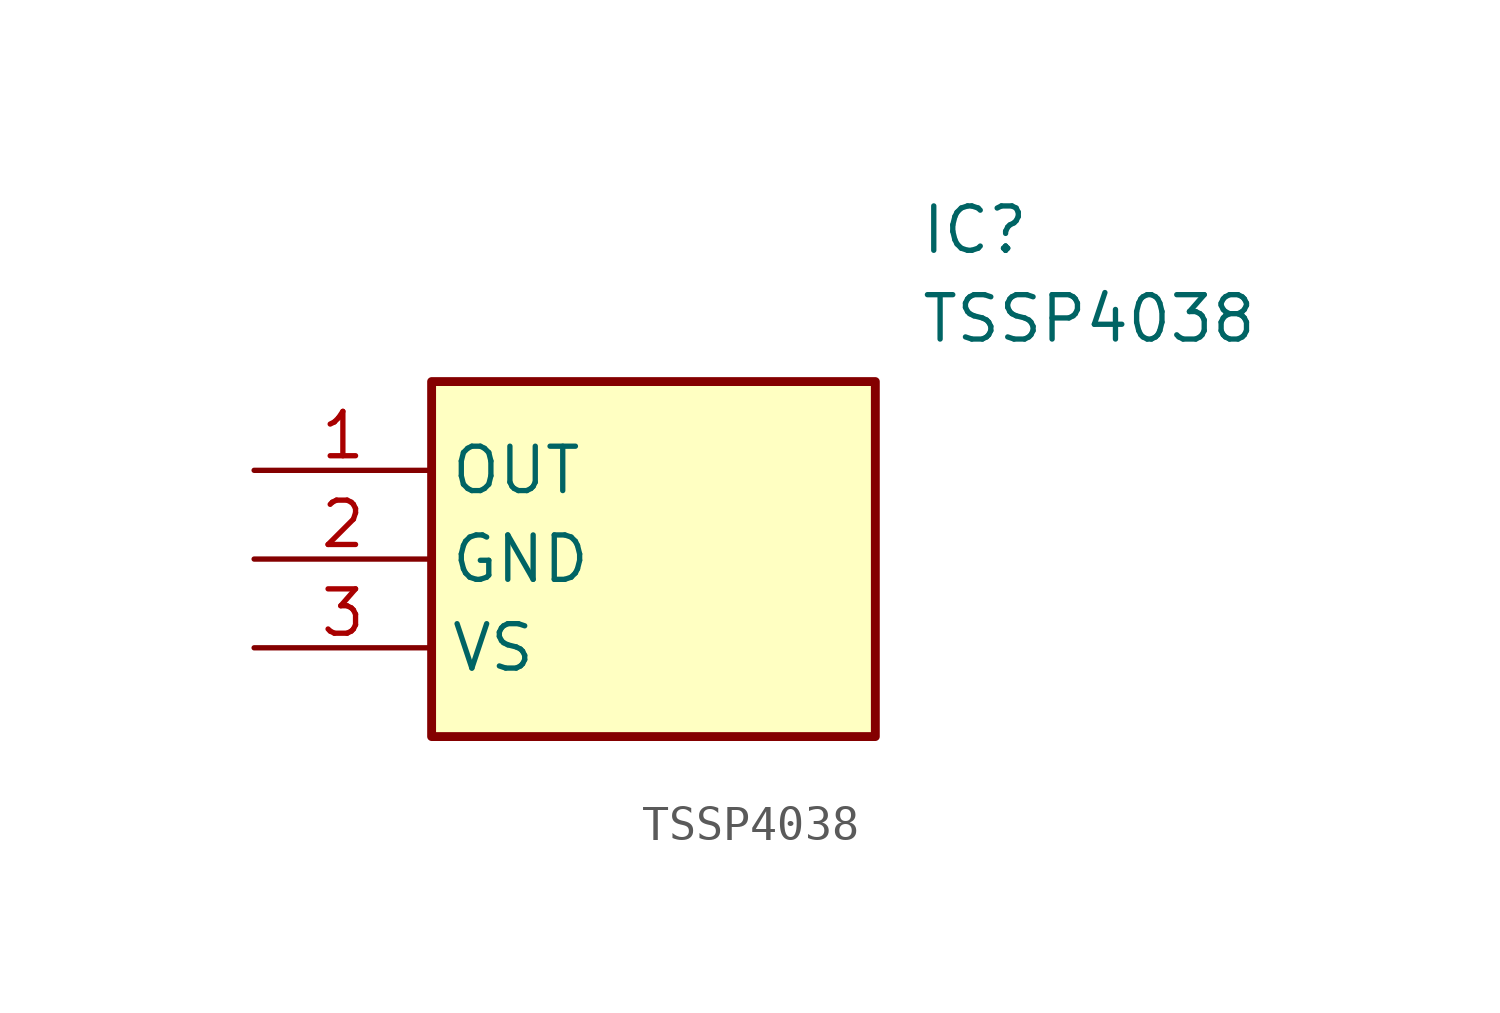
<source format=kicad_sym>
(kicad_symbol_lib
  (version 20211014)
  (generator SamacSys_ECAD_Model)
  (symbol "TSSP4038"
    (property "Reference" "IC"
      (at 19.05 7.62 0)
      (effects (font (size 1.27 1.27)) (justify left top)))
    (property "Value" "TSSP4038"
      (at 19.05 5.08 0)
      (effects (font (size 1.27 1.27)) (justify left top)))
    (rectangle
      (start 5.08 2.54)
      (end 17.78 -7.62)
      (stroke (width 0.254) (type default))
      (fill (type background)))
    (pin passive line
      (at 0 0 0)
      (length 5.08)
      (name "OUT" (effects (font (size 1.27 1.27))))
      (number "1" (effects (font (size 1.27 1.27)))))
    (pin passive line
      (at 0 -2.54 0)
      (length 5.08)
      (name "GND" (effects (font (size 1.27 1.27))))
      (number "2" (effects (font (size 1.27 1.27)))))
    (pin passive line
      (at 0 -5.08 0)
      (length 5.08)
      (name "VS" (effects (font (size 1.27 1.27))))
      (number "3" (effects (font (size 1.27 1.27)))))))
</source>
